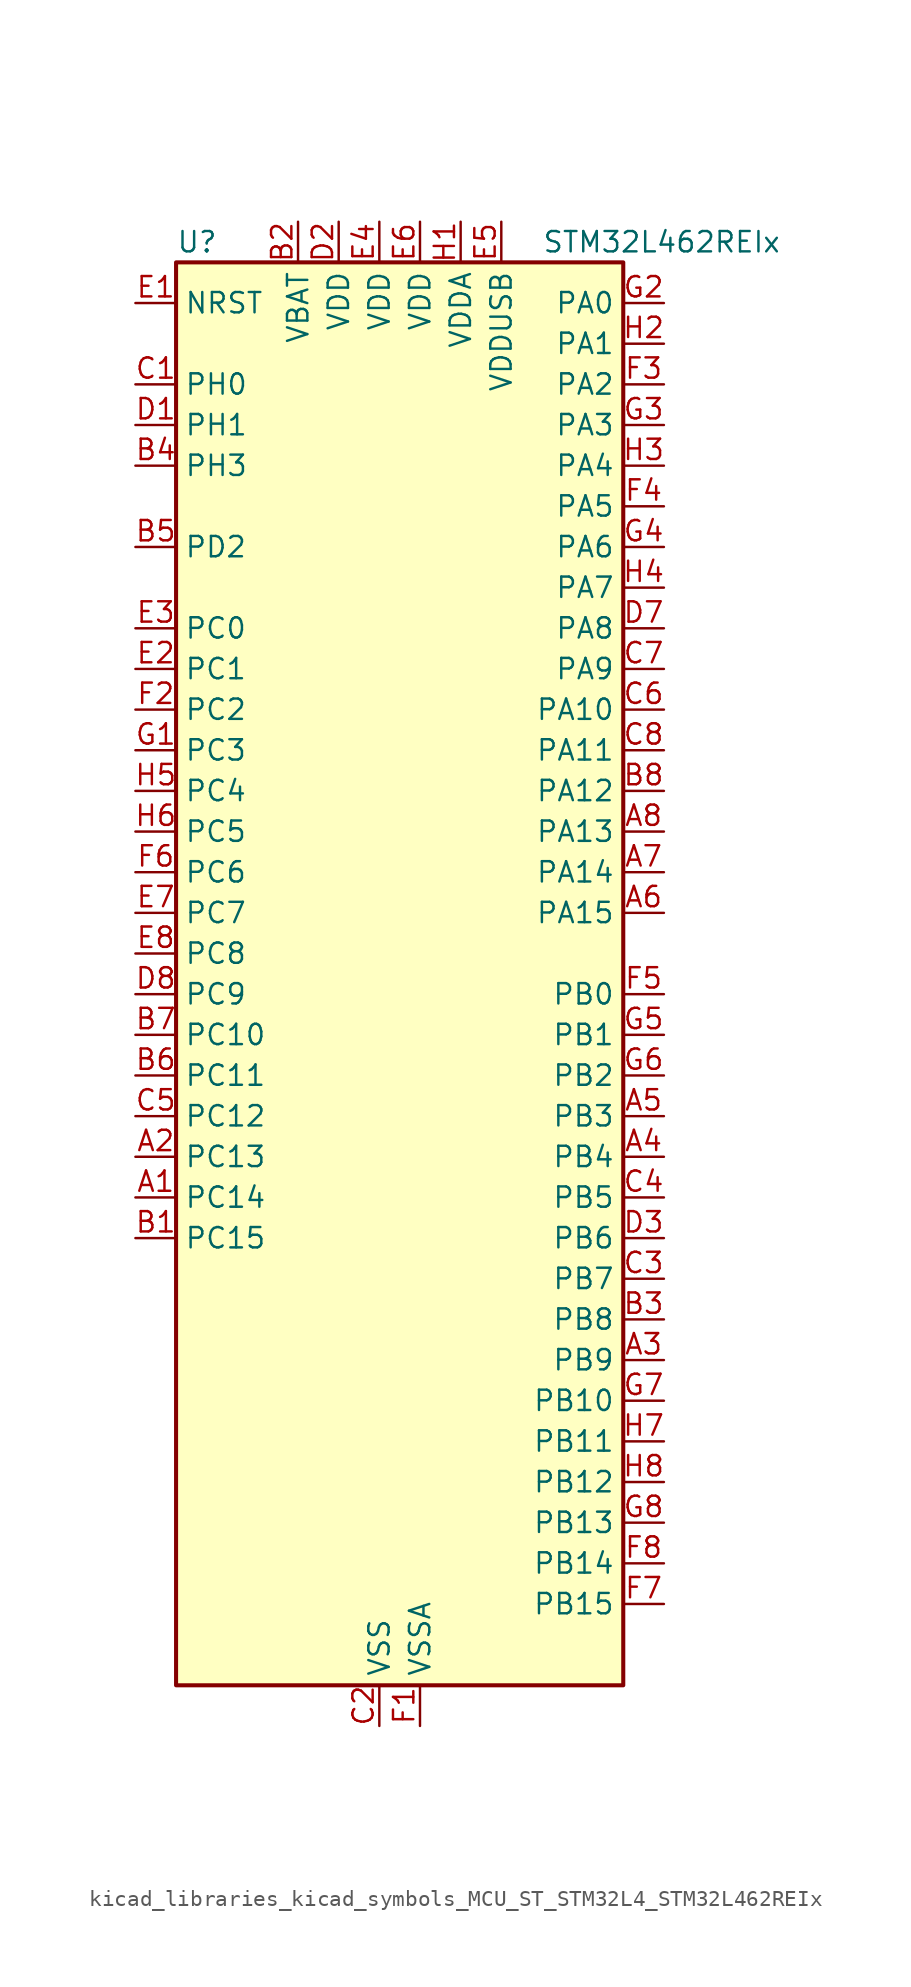
<source format=kicad_sym>
(kicad_symbol_lib
  (version 20220914)
  (generator kicad_symbol_editor)
  (symbol "kicad_libraries_kicad_symbols_MCU_ST_STM32L4_STM32L462REIx"
    (property "Reference" "U"
      (at -12.7 46.99 0)
      (effects (font (size 1.27 1.27)) (justify left)))
    (property "Value" "STM32L462REIx"
      (at 10.16 46.99 0)
      (effects (font (size 1.27 1.27)) (justify left)))
    (property "ki_locked" ""
      (at 0 0 0)
      (effects (font (size 1.27 1.27))))
    (symbol "kicad_libraries_kicad_symbols_MCU_ST_STM32L4_STM32L462REIx_0_1"
      (rectangle (start -12.7 -43.18) (end 15.24 45.72) (stroke (width 0.254) (type default)) (fill (type background))))
    (symbol "kicad_libraries_kicad_symbols_MCU_ST_STM32L4_STM32L462REIx_1_1"
      (pin bidirectional line (at -15.24 -12.7 0) (length 2.54) (name "PC14" (effects (font (size 1.27 1.27)))) (number "A1" (effects (font (size 1.27 1.27)))) (alternate "RCC_OSC32_IN" bidirectional line))
      (pin bidirectional line (at -15.24 -10.16 0) (length 2.54) (name "PC13" (effects (font (size 1.27 1.27)))) (number "A2" (effects (font (size 1.27 1.27)))) (alternate "RTC_OUT_ALARM" bidirectional line) (alternate "RTC_OUT_CALIB" bidirectional line) (alternate "RTC_TAMP1" bidirectional line) (alternate "RTC_TS" bidirectional line) (alternate "SYS_WKUP2" bidirectional line))
      (pin bidirectional line (at 17.78 -22.86 180) (length 2.54) (name "PB9" (effects (font (size 1.27 1.27)))) (number "A3" (effects (font (size 1.27 1.27)))) (alternate "CAN1_TX" bidirectional line) (alternate "DAC1_EXTI9" bidirectional line) (alternate "I2C1_SDA" bidirectional line) (alternate "IR_OUT" bidirectional line) (alternate "SAI1_FS_A" bidirectional line) (alternate "SDMMC1_D5" bidirectional line) (alternate "SPI2_NSS" bidirectional line))
      (pin bidirectional line (at 17.78 -10.16 180) (length 2.54) (name "PB4" (effects (font (size 1.27 1.27)))) (number "A4" (effects (font (size 1.27 1.27)))) (alternate "COMP2_INP" bidirectional line) (alternate "I2C3_SDA" bidirectional line) (alternate "SAI1_MCLK_B" bidirectional line) (alternate "SPI1_MISO" bidirectional line) (alternate "SPI3_MISO" bidirectional line) (alternate "SYS_JTRST" bidirectional line) (alternate "TIM3_CH1" bidirectional line) (alternate "TSC_G2_IO1" bidirectional line) (alternate "USART1_CTS" bidirectional line))
      (pin bidirectional line (at 17.78 -7.62 180) (length 2.54) (name "PB3" (effects (font (size 1.27 1.27)))) (number "A5" (effects (font (size 1.27 1.27)))) (alternate "COMP2_INM" bidirectional line) (alternate "SAI1_SCK_B" bidirectional line) (alternate "SPI1_SCK" bidirectional line) (alternate "SPI3_SCK" bidirectional line) (alternate "SYS_JTDO-SWO" bidirectional line) (alternate "TIM2_CH2" bidirectional line) (alternate "USART1_DE" bidirectional line) (alternate "USART1_RTS" bidirectional line))
      (pin bidirectional line (at 17.78 5.08 180) (length 2.54) (name "PA15" (effects (font (size 1.27 1.27)))) (number "A6" (effects (font (size 1.27 1.27)))) (alternate "ADC1_EXTI15" bidirectional line) (alternate "SPI1_NSS" bidirectional line) (alternate "SPI3_NSS" bidirectional line) (alternate "SYS_JTDI" bidirectional line) (alternate "TIM2_CH1" bidirectional line) (alternate "TIM2_ETR" bidirectional line) (alternate "TSC_G3_IO1" bidirectional line) (alternate "UART4_DE" bidirectional line) (alternate "UART4_RTS" bidirectional line) (alternate "USART2_RX" bidirectional line) (alternate "USART3_DE" bidirectional line) (alternate "USART3_RTS" bidirectional line))
      (pin bidirectional line (at 17.78 7.62 180) (length 2.54) (name "PA14" (effects (font (size 1.27 1.27)))) (number "A7" (effects (font (size 1.27 1.27)))) (alternate "I2C1_SMBA" bidirectional line) (alternate "I2C4_SMBA" bidirectional line) (alternate "LPTIM1_OUT" bidirectional line) (alternate "SAI1_FS_B" bidirectional line) (alternate "SYS_JTCK-SWCLK" bidirectional line))
      (pin bidirectional line (at 17.78 10.16 180) (length 2.54) (name "PA13" (effects (font (size 1.27 1.27)))) (number "A8" (effects (font (size 1.27 1.27)))) (alternate "IR_OUT" bidirectional line) (alternate "SAI1_SD_B" bidirectional line) (alternate "SYS_JTMS-SWDIO" bidirectional line) (alternate "USB_NOE" bidirectional line))
      (pin bidirectional line (at -15.24 -15.24 0) (length 2.54) (name "PC15" (effects (font (size 1.27 1.27)))) (number "B1" (effects (font (size 1.27 1.27)))) (alternate "ADC1_EXTI15" bidirectional line) (alternate "RCC_OSC32_OUT" bidirectional line))
      (pin power_in line (at -5.08 48.26 270) (length 2.54) (name "VBAT" (effects (font (size 1.27 1.27)))) (number "B2" (effects (font (size 1.27 1.27)))))
      (pin bidirectional line (at 17.78 -20.32 180) (length 2.54) (name "PB8" (effects (font (size 1.27 1.27)))) (number "B3" (effects (font (size 1.27 1.27)))) (alternate "CAN1_RX" bidirectional line) (alternate "I2C1_SCL" bidirectional line) (alternate "SAI1_MCLK_A" bidirectional line) (alternate "SDMMC1_D4" bidirectional line) (alternate "TIM16_CH1" bidirectional line))
      (pin bidirectional line (at -15.24 33.02 0) (length 2.54) (name "PH3" (effects (font (size 1.27 1.27)))) (number "B4" (effects (font (size 1.27 1.27)))))
      (pin bidirectional line (at -15.24 27.94 0) (length 2.54) (name "PD2" (effects (font (size 1.27 1.27)))) (number "B5" (effects (font (size 1.27 1.27)))) (alternate "SDMMC1_CMD" bidirectional line) (alternate "SYS_TRACED2" bidirectional line) (alternate "TIM3_ETR" bidirectional line) (alternate "TSC_SYNC" bidirectional line) (alternate "USART3_DE" bidirectional line) (alternate "USART3_RTS" bidirectional line))
      (pin bidirectional line (at -15.24 -5.08 0) (length 2.54) (name "PC11" (effects (font (size 1.27 1.27)))) (number "B6" (effects (font (size 1.27 1.27)))) (alternate "ADC1_EXTI11" bidirectional line) (alternate "SDMMC1_D3" bidirectional line) (alternate "SPI3_MISO" bidirectional line) (alternate "TSC_G3_IO3" bidirectional line) (alternate "UART4_RX" bidirectional line) (alternate "USART3_RX" bidirectional line))
      (pin bidirectional line (at -15.24 -2.54 0) (length 2.54) (name "PC10" (effects (font (size 1.27 1.27)))) (number "B7" (effects (font (size 1.27 1.27)))) (alternate "SDMMC1_D2" bidirectional line) (alternate "SPI3_SCK" bidirectional line) (alternate "SYS_TRACED1" bidirectional line) (alternate "TSC_G3_IO2" bidirectional line) (alternate "UART4_TX" bidirectional line) (alternate "USART3_TX" bidirectional line))
      (pin bidirectional line (at 17.78 12.7 180) (length 2.54) (name "PA12" (effects (font (size 1.27 1.27)))) (number "B8" (effects (font (size 1.27 1.27)))) (alternate "CAN1_TX" bidirectional line) (alternate "SPI1_MOSI" bidirectional line) (alternate "TIM1_ETR" bidirectional line) (alternate "USART1_DE" bidirectional line) (alternate "USART1_RTS" bidirectional line) (alternate "USB_DP" bidirectional line))
      (pin bidirectional line (at -15.24 38.1 0) (length 2.54) (name "PH0" (effects (font (size 1.27 1.27)))) (number "C1" (effects (font (size 1.27 1.27)))) (alternate "RCC_OSC_IN" bidirectional line))
      (pin power_in line (at 0 -45.72 90) (length 2.54) (name "VSS" (effects (font (size 1.27 1.27)))) (number "C2" (effects (font (size 1.27 1.27)))))
      (pin bidirectional line (at 17.78 -17.78 180) (length 2.54) (name "PB7" (effects (font (size 1.27 1.27)))) (number "C3" (effects (font (size 1.27 1.27)))) (alternate "COMP2_INM" bidirectional line) (alternate "I2C1_SDA" bidirectional line) (alternate "I2C4_SDA" bidirectional line) (alternate "LPTIM1_IN2" bidirectional line) (alternate "SYS_PVD_IN" bidirectional line) (alternate "TSC_G2_IO4" bidirectional line) (alternate "UART4_CTS" bidirectional line) (alternate "USART1_RX" bidirectional line))
      (pin bidirectional line (at 17.78 -12.7 180) (length 2.54) (name "PB5" (effects (font (size 1.27 1.27)))) (number "C4" (effects (font (size 1.27 1.27)))) (alternate "CAN1_RX" bidirectional line) (alternate "COMP2_OUT" bidirectional line) (alternate "I2C1_SMBA" bidirectional line) (alternate "LPTIM1_IN1" bidirectional line) (alternate "SAI1_SD_B" bidirectional line) (alternate "SPI1_MOSI" bidirectional line) (alternate "SPI3_MOSI" bidirectional line) (alternate "TIM16_BKIN" bidirectional line) (alternate "TIM3_CH2" bidirectional line) (alternate "TSC_G2_IO2" bidirectional line) (alternate "USART1_CK" bidirectional line))
      (pin bidirectional line (at -15.24 -7.62 0) (length 2.54) (name "PC12" (effects (font (size 1.27 1.27)))) (number "C5" (effects (font (size 1.27 1.27)))) (alternate "SDMMC1_CK" bidirectional line) (alternate "SPI3_MOSI" bidirectional line) (alternate "SYS_TRACED3" bidirectional line) (alternate "TSC_G3_IO4" bidirectional line) (alternate "USART3_CK" bidirectional line))
      (pin bidirectional line (at 17.78 17.78 180) (length 2.54) (name "PA10" (effects (font (size 1.27 1.27)))) (number "C6" (effects (font (size 1.27 1.27)))) (alternate "CRS_SYNC" bidirectional line) (alternate "I2C1_SDA" bidirectional line) (alternate "SAI1_SD_A" bidirectional line) (alternate "TIM1_CH3" bidirectional line) (alternate "USART1_RX" bidirectional line))
      (pin bidirectional line (at 17.78 20.32 180) (length 2.54) (name "PA9" (effects (font (size 1.27 1.27)))) (number "C7" (effects (font (size 1.27 1.27)))) (alternate "DAC1_EXTI9" bidirectional line) (alternate "DFSDM1_DATIN1" bidirectional line) (alternate "I2C1_SCL" bidirectional line) (alternate "SAI1_FS_A" bidirectional line) (alternate "TIM15_BKIN" bidirectional line) (alternate "TIM1_CH2" bidirectional line) (alternate "USART1_TX" bidirectional line))
      (pin bidirectional line (at 17.78 15.24 180) (length 2.54) (name "PA11" (effects (font (size 1.27 1.27)))) (number "C8" (effects (font (size 1.27 1.27)))) (alternate "ADC1_EXTI11" bidirectional line) (alternate "CAN1_RX" bidirectional line) (alternate "COMP1_OUT" bidirectional line) (alternate "SPI1_MISO" bidirectional line) (alternate "TIM1_BKIN2" bidirectional line) (alternate "TIM1_BKIN2_COMP1" bidirectional line) (alternate "TIM1_CH4" bidirectional line) (alternate "USART1_CTS" bidirectional line) (alternate "USB_DM" bidirectional line))
      (pin bidirectional line (at -15.24 35.56 0) (length 2.54) (name "PH1" (effects (font (size 1.27 1.27)))) (number "D1" (effects (font (size 1.27 1.27)))) (alternate "RCC_OSC_OUT" bidirectional line))
      (pin power_in line (at -2.54 48.26 270) (length 2.54) (name "VDD" (effects (font (size 1.27 1.27)))) (number "D2" (effects (font (size 1.27 1.27)))))
      (pin bidirectional line (at 17.78 -15.24 180) (length 2.54) (name "PB6" (effects (font (size 1.27 1.27)))) (number "D3" (effects (font (size 1.27 1.27)))) (alternate "CAN1_TX" bidirectional line) (alternate "COMP2_INP" bidirectional line) (alternate "I2C1_SCL" bidirectional line) (alternate "I2C4_SCL" bidirectional line) (alternate "LPTIM1_ETR" bidirectional line) (alternate "SAI1_FS_B" bidirectional line) (alternate "TIM16_CH1N" bidirectional line) (alternate "TSC_G2_IO3" bidirectional line) (alternate "USART1_TX" bidirectional line))
      (pin passive line (at 0 -45.72 90) (length 2.54) hide (name "VSS" (effects (font (size 1.27 1.27)))) (number "D4" (effects (font (size 1.27 1.27)))))
      (pin passive line (at 0 -45.72 90) (length 2.54) hide (name "VSS" (effects (font (size 1.27 1.27)))) (number "D5" (effects (font (size 1.27 1.27)))))
      (pin passive line (at 0 -45.72 90) (length 2.54) hide (name "VSS" (effects (font (size 1.27 1.27)))) (number "D6" (effects (font (size 1.27 1.27)))))
      (pin bidirectional line (at 17.78 22.86 180) (length 2.54) (name "PA8" (effects (font (size 1.27 1.27)))) (number "D7" (effects (font (size 1.27 1.27)))) (alternate "DFSDM1_CKIN1" bidirectional line) (alternate "LPTIM2_OUT" bidirectional line) (alternate "RCC_MCO" bidirectional line) (alternate "SAI1_SCK_A" bidirectional line) (alternate "TIM1_CH1" bidirectional line) (alternate "USART1_CK" bidirectional line))
      (pin bidirectional line (at -15.24 0 0) (length 2.54) (name "PC9" (effects (font (size 1.27 1.27)))) (number "D8" (effects (font (size 1.27 1.27)))) (alternate "DAC1_EXTI9" bidirectional line) (alternate "SDMMC1_D1" bidirectional line) (alternate "TIM3_CH4" bidirectional line) (alternate "TSC_G4_IO4" bidirectional line) (alternate "USB_NOE" bidirectional line))
      (pin input line (at -15.24 43.18 0) (length 2.54) (name "NRST" (effects (font (size 1.27 1.27)))) (number "E1" (effects (font (size 1.27 1.27)))))
      (pin bidirectional line (at -15.24 20.32 0) (length 2.54) (name "PC1" (effects (font (size 1.27 1.27)))) (number "E2" (effects (font (size 1.27 1.27)))) (alternate "ADC1_IN2" bidirectional line) (alternate "I2C3_SDA" bidirectional line) (alternate "I2C4_SDA" bidirectional line) (alternate "LPTIM1_OUT" bidirectional line) (alternate "LPUART1_TX" bidirectional line) (alternate "SYS_TRACED0" bidirectional line))
      (pin bidirectional line (at -15.24 22.86 0) (length 2.54) (name "PC0" (effects (font (size 1.27 1.27)))) (number "E3" (effects (font (size 1.27 1.27)))) (alternate "ADC1_IN1" bidirectional line) (alternate "I2C3_SCL" bidirectional line) (alternate "I2C4_SCL" bidirectional line) (alternate "LPTIM1_IN1" bidirectional line) (alternate "LPTIM2_IN1" bidirectional line) (alternate "LPUART1_RX" bidirectional line))
      (pin power_in line (at 0 48.26 270) (length 2.54) (name "VDD" (effects (font (size 1.27 1.27)))) (number "E4" (effects (font (size 1.27 1.27)))))
      (pin power_in line (at 7.62 48.26 270) (length 2.54) (name "VDDUSB" (effects (font (size 1.27 1.27)))) (number "E5" (effects (font (size 1.27 1.27)))))
      (pin power_in line (at 2.54 48.26 270) (length 2.54) (name "VDD" (effects (font (size 1.27 1.27)))) (number "E6" (effects (font (size 1.27 1.27)))))
      (pin bidirectional line (at -15.24 5.08 0) (length 2.54) (name "PC7" (effects (font (size 1.27 1.27)))) (number "E7" (effects (font (size 1.27 1.27)))) (alternate "DFSDM1_DATIN3" bidirectional line) (alternate "SDMMC1_D7" bidirectional line) (alternate "TIM3_CH2" bidirectional line) (alternate "TSC_G4_IO2" bidirectional line))
      (pin bidirectional line (at -15.24 2.54 0) (length 2.54) (name "PC8" (effects (font (size 1.27 1.27)))) (number "E8" (effects (font (size 1.27 1.27)))) (alternate "SDMMC1_D0" bidirectional line) (alternate "TIM3_CH3" bidirectional line) (alternate "TSC_G4_IO3" bidirectional line))
      (pin power_in line (at 2.54 -45.72 90) (length 2.54) (name "VSSA" (effects (font (size 1.27 1.27)))) (number "F1" (effects (font (size 1.27 1.27)))))
      (pin bidirectional line (at -15.24 17.78 0) (length 2.54) (name "PC2" (effects (font (size 1.27 1.27)))) (number "F2" (effects (font (size 1.27 1.27)))) (alternate "ADC1_IN3" bidirectional line) (alternate "DFSDM1_CKOUT" bidirectional line) (alternate "LPTIM1_IN2" bidirectional line) (alternate "SPI2_MISO" bidirectional line))
      (pin bidirectional line (at 17.78 38.1 180) (length 2.54) (name "PA2" (effects (font (size 1.27 1.27)))) (number "F3" (effects (font (size 1.27 1.27)))) (alternate "ADC1_IN7" bidirectional line) (alternate "COMP2_INM" bidirectional line) (alternate "COMP2_OUT" bidirectional line) (alternate "LPUART1_TX" bidirectional line) (alternate "QUADSPI_BK1_NCS" bidirectional line) (alternate "RCC_LSCO" bidirectional line) (alternate "SYS_WKUP4" bidirectional line) (alternate "TIM15_CH1" bidirectional line) (alternate "TIM2_CH3" bidirectional line) (alternate "USART2_TX" bidirectional line))
      (pin bidirectional line (at 17.78 30.48 180) (length 2.54) (name "PA5" (effects (font (size 1.27 1.27)))) (number "F4" (effects (font (size 1.27 1.27)))) (alternate "ADC1_IN10" bidirectional line) (alternate "COMP1_INM" bidirectional line) (alternate "COMP2_INM" bidirectional line) (alternate "DFSDM1_CKOUT" bidirectional line) (alternate "LPTIM2_ETR" bidirectional line) (alternate "SPI1_SCK" bidirectional line) (alternate "TIM2_CH1" bidirectional line) (alternate "TIM2_ETR" bidirectional line))
      (pin bidirectional line (at 17.78 0 180) (length 2.54) (name "PB0" (effects (font (size 1.27 1.27)))) (number "F5" (effects (font (size 1.27 1.27)))) (alternate "ADC1_IN15" bidirectional line) (alternate "COMP1_OUT" bidirectional line) (alternate "DFSDM1_CKIN0" bidirectional line) (alternate "QUADSPI_BK1_IO1" bidirectional line) (alternate "SAI1_EXTCLK" bidirectional line) (alternate "SPI1_NSS" bidirectional line) (alternate "TIM1_CH2N" bidirectional line) (alternate "TIM3_CH3" bidirectional line) (alternate "USART3_CK" bidirectional line))
      (pin bidirectional line (at -15.24 7.62 0) (length 2.54) (name "PC6" (effects (font (size 1.27 1.27)))) (number "F6" (effects (font (size 1.27 1.27)))) (alternate "DFSDM1_CKIN3" bidirectional line) (alternate "SDMMC1_D6" bidirectional line) (alternate "TIM3_CH1" bidirectional line) (alternate "TSC_G4_IO1" bidirectional line))
      (pin bidirectional line (at 17.78 -38.1 180) (length 2.54) (name "PB15" (effects (font (size 1.27 1.27)))) (number "F7" (effects (font (size 1.27 1.27)))) (alternate "ADC1_EXTI15" bidirectional line) (alternate "DFSDM1_CKIN2" bidirectional line) (alternate "RTC_REFIN" bidirectional line) (alternate "SAI1_SD_A" bidirectional line) (alternate "SPI2_MOSI" bidirectional line) (alternate "TIM15_CH2" bidirectional line) (alternate "TIM1_CH3N" bidirectional line) (alternate "TSC_G1_IO4" bidirectional line))
      (pin bidirectional line (at 17.78 -35.56 180) (length 2.54) (name "PB14" (effects (font (size 1.27 1.27)))) (number "F8" (effects (font (size 1.27 1.27)))) (alternate "DFSDM1_DATIN2" bidirectional line) (alternate "I2C2_SDA" bidirectional line) (alternate "SAI1_MCLK_A" bidirectional line) (alternate "SPI2_MISO" bidirectional line) (alternate "TIM15_CH1" bidirectional line) (alternate "TIM1_CH2N" bidirectional line) (alternate "TSC_G1_IO3" bidirectional line) (alternate "USART3_DE" bidirectional line) (alternate "USART3_RTS" bidirectional line))
      (pin bidirectional line (at -15.24 15.24 0) (length 2.54) (name "PC3" (effects (font (size 1.27 1.27)))) (number "G1" (effects (font (size 1.27 1.27)))) (alternate "ADC1_IN4" bidirectional line) (alternate "LPTIM1_ETR" bidirectional line) (alternate "LPTIM2_ETR" bidirectional line) (alternate "SAI1_SD_A" bidirectional line) (alternate "SPI2_MOSI" bidirectional line))
      (pin bidirectional line (at 17.78 43.18 180) (length 2.54) (name "PA0" (effects (font (size 1.27 1.27)))) (number "G2" (effects (font (size 1.27 1.27)))) (alternate "ADC1_IN5" bidirectional line) (alternate "COMP1_INM" bidirectional line) (alternate "COMP1_OUT" bidirectional line) (alternate "OPAMP1_VINP" bidirectional line) (alternate "RTC_TAMP2" bidirectional line) (alternate "SAI1_EXTCLK" bidirectional line) (alternate "SYS_WKUP1" bidirectional line) (alternate "TIM2_CH1" bidirectional line) (alternate "TIM2_ETR" bidirectional line) (alternate "UART4_TX" bidirectional line) (alternate "USART2_CTS" bidirectional line))
      (pin bidirectional line (at 17.78 35.56 180) (length 2.54) (name "PA3" (effects (font (size 1.27 1.27)))) (number "G3" (effects (font (size 1.27 1.27)))) (alternate "ADC1_IN8" bidirectional line) (alternate "COMP2_INP" bidirectional line) (alternate "LPUART1_RX" bidirectional line) (alternate "OPAMP1_VOUT" bidirectional line) (alternate "QUADSPI_CLK" bidirectional line) (alternate "SAI1_MCLK_A" bidirectional line) (alternate "TIM15_CH2" bidirectional line) (alternate "TIM2_CH4" bidirectional line) (alternate "USART2_RX" bidirectional line))
      (pin bidirectional line (at 17.78 27.94 180) (length 2.54) (name "PA6" (effects (font (size 1.27 1.27)))) (number "G4" (effects (font (size 1.27 1.27)))) (alternate "ADC1_IN11" bidirectional line) (alternate "COMP1_OUT" bidirectional line) (alternate "LPUART1_CTS" bidirectional line) (alternate "QUADSPI_BK1_IO3" bidirectional line) (alternate "SPI1_MISO" bidirectional line) (alternate "TIM16_CH1" bidirectional line) (alternate "TIM1_BKIN" bidirectional line) (alternate "TIM1_BKIN_COMP2" bidirectional line) (alternate "TIM3_CH1" bidirectional line) (alternate "USART3_CTS" bidirectional line))
      (pin bidirectional line (at 17.78 -2.54 180) (length 2.54) (name "PB1" (effects (font (size 1.27 1.27)))) (number "G5" (effects (font (size 1.27 1.27)))) (alternate "ADC1_IN16" bidirectional line) (alternate "COMP1_INM" bidirectional line) (alternate "DFSDM1_DATIN0" bidirectional line) (alternate "LPTIM2_IN1" bidirectional line) (alternate "LPUART1_DE" bidirectional line) (alternate "LPUART1_RTS" bidirectional line) (alternate "QUADSPI_BK1_IO0" bidirectional line) (alternate "TIM1_CH3N" bidirectional line) (alternate "TIM3_CH4" bidirectional line) (alternate "USART3_DE" bidirectional line) (alternate "USART3_RTS" bidirectional line))
      (pin bidirectional line (at 17.78 -5.08 180) (length 2.54) (name "PB2" (effects (font (size 1.27 1.27)))) (number "G6" (effects (font (size 1.27 1.27)))) (alternate "COMP1_INP" bidirectional line) (alternate "DFSDM1_CKIN0" bidirectional line) (alternate "I2C3_SMBA" bidirectional line) (alternate "LPTIM1_OUT" bidirectional line) (alternate "RTC_OUT_ALARM" bidirectional line) (alternate "RTC_OUT_CALIB" bidirectional line))
      (pin bidirectional line (at 17.78 -25.4 180) (length 2.54) (name "PB10" (effects (font (size 1.27 1.27)))) (number "G7" (effects (font (size 1.27 1.27)))) (alternate "COMP1_OUT" bidirectional line) (alternate "I2C2_SCL" bidirectional line) (alternate "I2C4_SCL" bidirectional line) (alternate "LPUART1_RX" bidirectional line) (alternate "QUADSPI_CLK" bidirectional line) (alternate "SAI1_SCK_A" bidirectional line) (alternate "SPI2_SCK" bidirectional line) (alternate "TIM2_CH3" bidirectional line) (alternate "TSC_SYNC" bidirectional line) (alternate "USART3_TX" bidirectional line))
      (pin bidirectional line (at 17.78 -33.02 180) (length 2.54) (name "PB13" (effects (font (size 1.27 1.27)))) (number "G8" (effects (font (size 1.27 1.27)))) (alternate "CAN1_TX" bidirectional line) (alternate "DFSDM1_CKIN1" bidirectional line) (alternate "I2C2_SCL" bidirectional line) (alternate "LPUART1_CTS" bidirectional line) (alternate "SAI1_SCK_A" bidirectional line) (alternate "SPI2_SCK" bidirectional line) (alternate "TIM15_CH1N" bidirectional line) (alternate "TIM1_CH1N" bidirectional line) (alternate "TSC_G1_IO2" bidirectional line) (alternate "USART3_CTS" bidirectional line))
      (pin power_in line (at 5.08 48.26 270) (length 2.54) (name "VDDA" (effects (font (size 1.27 1.27)))) (number "H1" (effects (font (size 1.27 1.27)))))
      (pin bidirectional line (at 17.78 40.64 180) (length 2.54) (name "PA1" (effects (font (size 1.27 1.27)))) (number "H2" (effects (font (size 1.27 1.27)))) (alternate "ADC1_IN6" bidirectional line) (alternate "COMP1_INP" bidirectional line) (alternate "I2C1_SMBA" bidirectional line) (alternate "OPAMP1_VINM" bidirectional line) (alternate "SPI1_SCK" bidirectional line) (alternate "TIM15_CH1N" bidirectional line) (alternate "TIM2_CH2" bidirectional line) (alternate "UART4_RX" bidirectional line) (alternate "USART2_DE" bidirectional line) (alternate "USART2_RTS" bidirectional line))
      (pin bidirectional line (at 17.78 33.02 180) (length 2.54) (name "PA4" (effects (font (size 1.27 1.27)))) (number "H3" (effects (font (size 1.27 1.27)))) (alternate "ADC1_IN9" bidirectional line) (alternate "COMP1_INM" bidirectional line) (alternate "COMP2_INM" bidirectional line) (alternate "DAC1_OUT1" bidirectional line) (alternate "LPTIM2_OUT" bidirectional line) (alternate "SAI1_FS_B" bidirectional line) (alternate "SPI1_NSS" bidirectional line) (alternate "SPI3_NSS" bidirectional line) (alternate "USART2_CK" bidirectional line))
      (pin bidirectional line (at 17.78 25.4 180) (length 2.54) (name "PA7" (effects (font (size 1.27 1.27)))) (number "H4" (effects (font (size 1.27 1.27)))) (alternate "ADC1_IN12" bidirectional line) (alternate "COMP2_OUT" bidirectional line) (alternate "DFSDM1_DATIN0" bidirectional line) (alternate "I2C3_SCL" bidirectional line) (alternate "QUADSPI_BK1_IO2" bidirectional line) (alternate "SPI1_MOSI" bidirectional line) (alternate "TIM1_CH1N" bidirectional line) (alternate "TIM3_CH2" bidirectional line))
      (pin bidirectional line (at -15.24 12.7 0) (length 2.54) (name "PC4" (effects (font (size 1.27 1.27)))) (number "H5" (effects (font (size 1.27 1.27)))) (alternate "ADC1_IN13" bidirectional line) (alternate "COMP1_INM" bidirectional line) (alternate "USART3_TX" bidirectional line))
      (pin bidirectional line (at -15.24 10.16 0) (length 2.54) (name "PC5" (effects (font (size 1.27 1.27)))) (number "H6" (effects (font (size 1.27 1.27)))) (alternate "ADC1_IN14" bidirectional line) (alternate "COMP1_INP" bidirectional line) (alternate "SYS_WKUP5" bidirectional line) (alternate "USART3_RX" bidirectional line))
      (pin bidirectional line (at 17.78 -27.94 180) (length 2.54) (name "PB11" (effects (font (size 1.27 1.27)))) (number "H7" (effects (font (size 1.27 1.27)))) (alternate "ADC1_EXTI11" bidirectional line) (alternate "COMP2_OUT" bidirectional line) (alternate "I2C2_SDA" bidirectional line) (alternate "I2C4_SDA" bidirectional line) (alternate "LPUART1_TX" bidirectional line) (alternate "QUADSPI_BK1_NCS" bidirectional line) (alternate "TIM2_CH4" bidirectional line) (alternate "USART3_RX" bidirectional line))
      (pin bidirectional line (at 17.78 -30.48 180) (length 2.54) (name "PB12" (effects (font (size 1.27 1.27)))) (number "H8" (effects (font (size 1.27 1.27)))) (alternate "CAN1_RX" bidirectional line) (alternate "DFSDM1_DATIN1" bidirectional line) (alternate "I2C2_SMBA" bidirectional line) (alternate "LPUART1_DE" bidirectional line) (alternate "LPUART1_RTS" bidirectional line) (alternate "SAI1_FS_A" bidirectional line) (alternate "SPI2_NSS" bidirectional line) (alternate "TIM15_BKIN" bidirectional line) (alternate "TIM1_BKIN" bidirectional line) (alternate "TIM1_BKIN_COMP2" bidirectional line) (alternate "TSC_G1_IO1" bidirectional line) (alternate "USART3_CK" bidirectional line)))))
</source>
